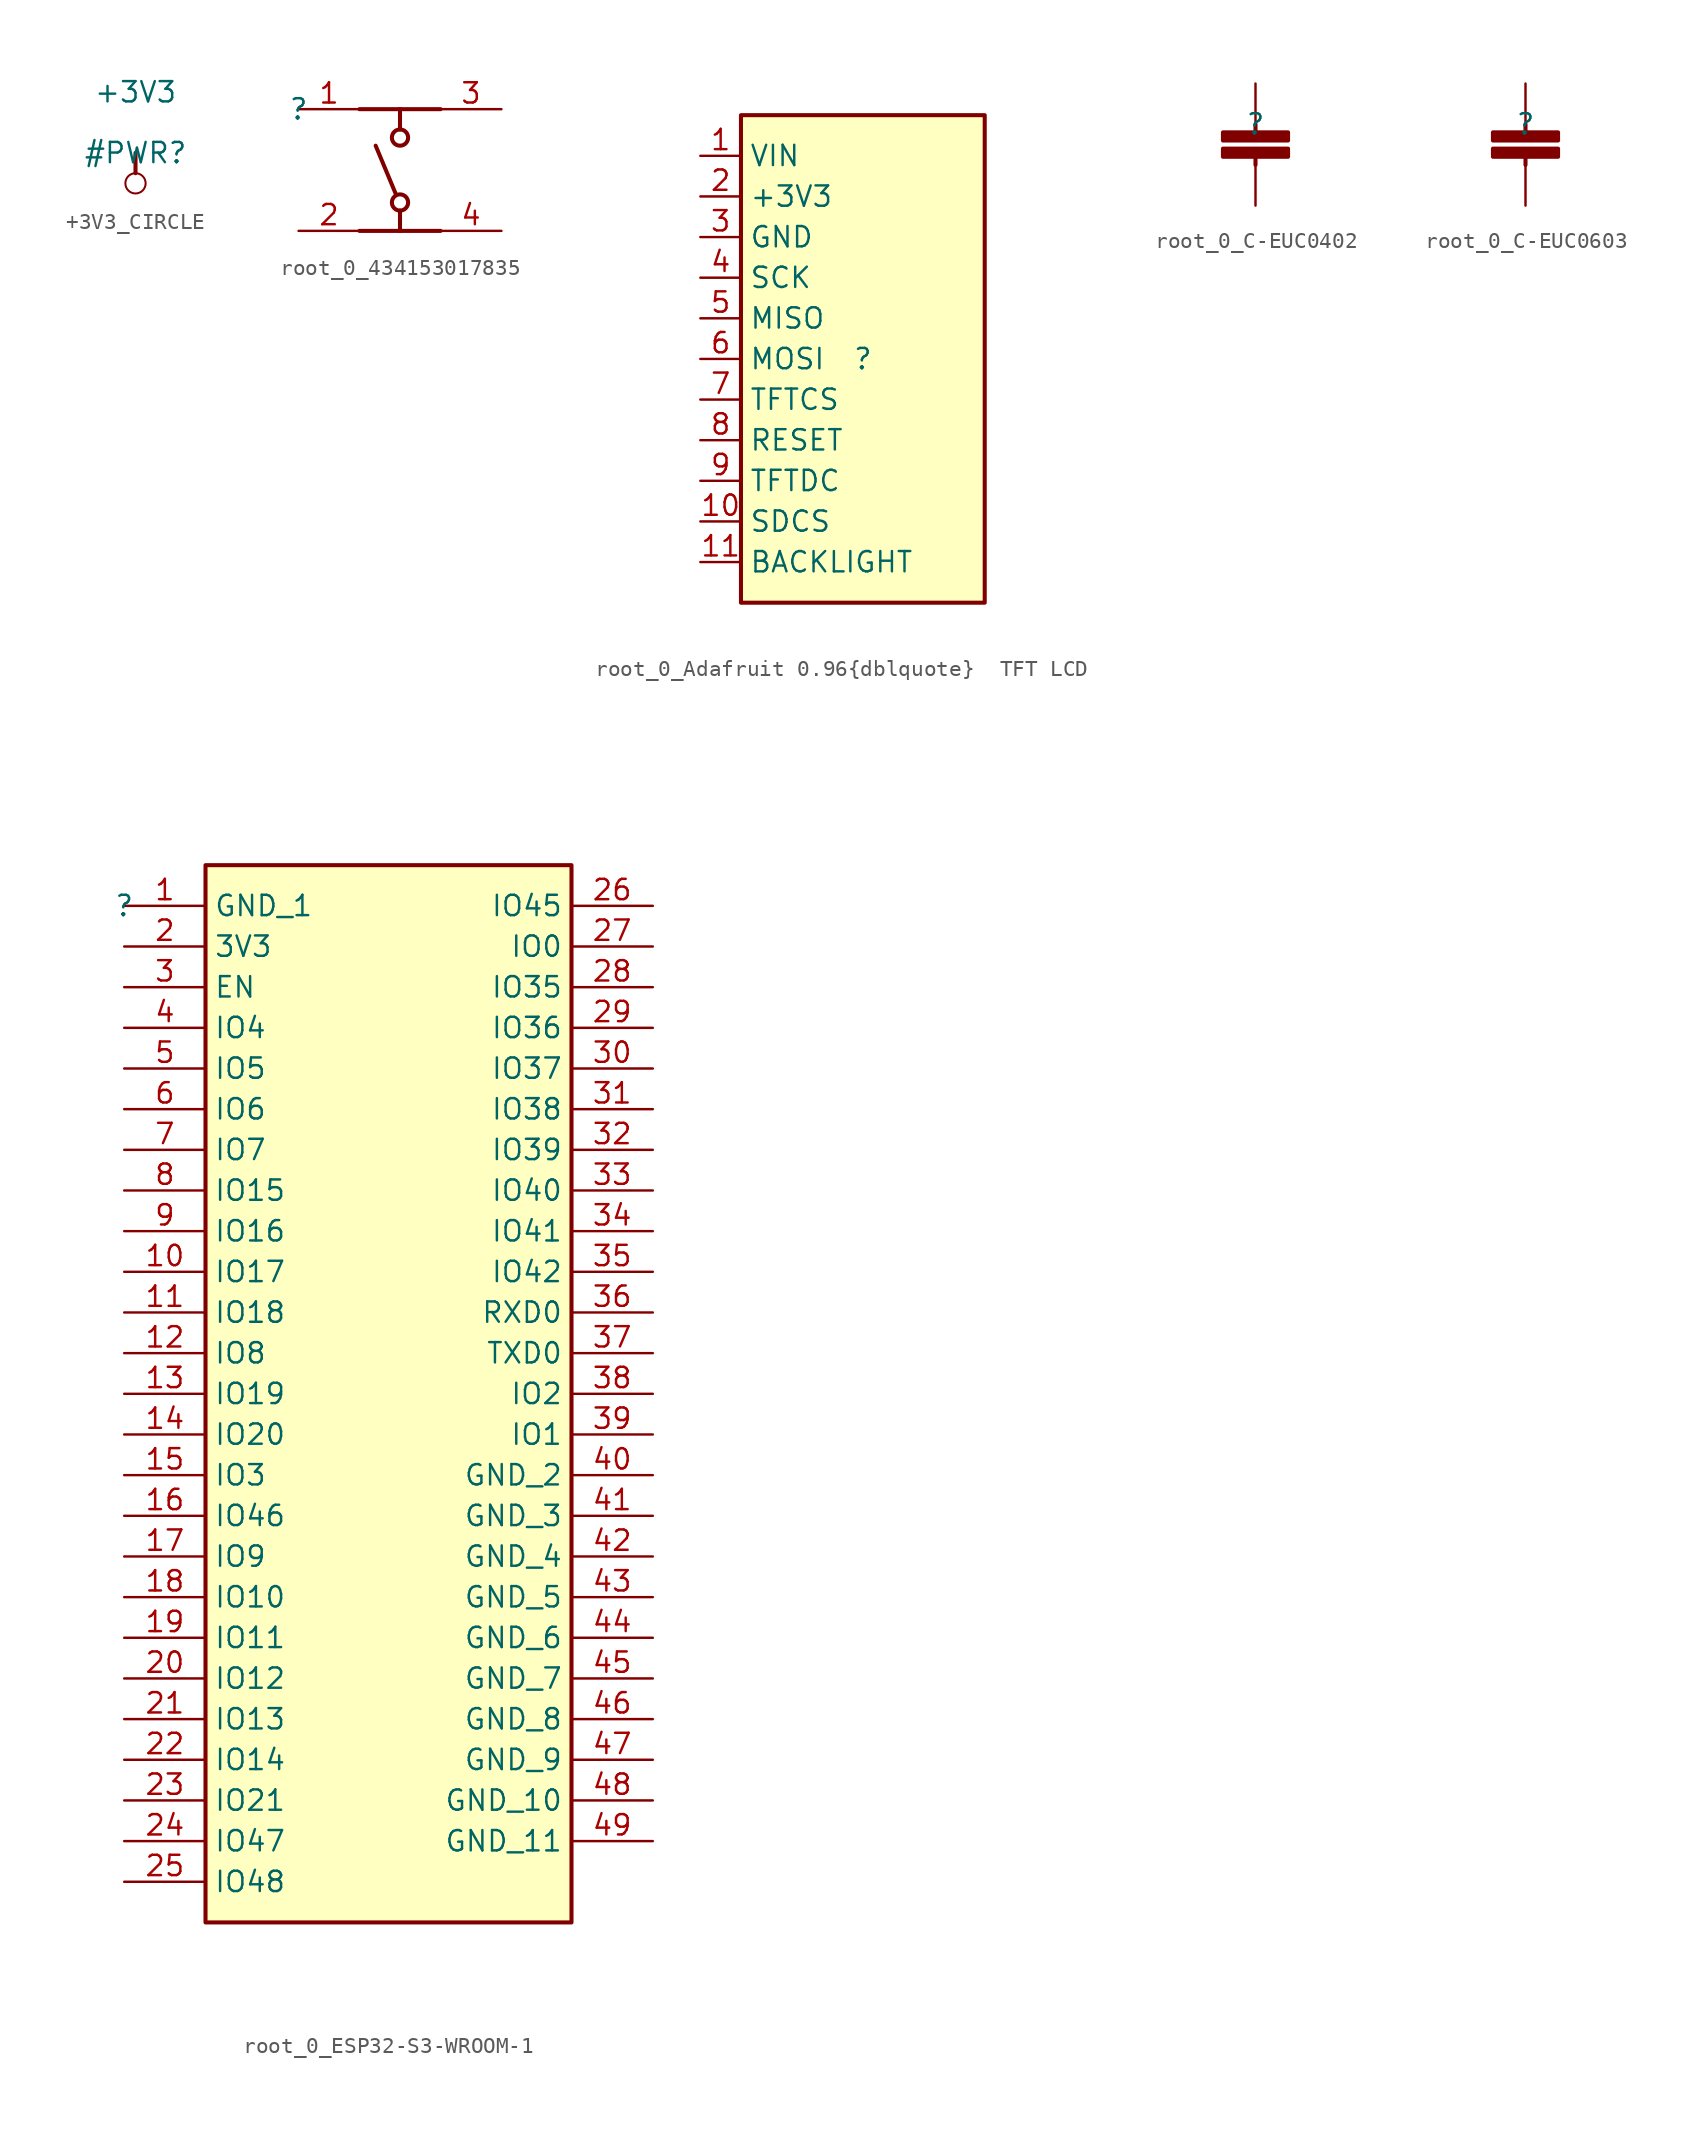
<source format=kicad_sym>
(kicad_symbol_lib
  (version 20231120)
  (generator "kicad_symbol_editor")
  (generator_version "8.0")
  (symbol "+3V3_CIRCLE"
    (power)
    (property "Reference" "#PWR"
      (at 0 0 0)
      (effects (font (size 1.27 1.27))))
    (property "Value" "+3V3"
      (at 0 3.81 0)
      (effects (font (size 1.27 1.27))))
    (symbol "+3V3_CIRCLE_0_0"
      (circle (center 0 -1.905) (radius 0.635) (stroke (width 0.127) (type solid)) (fill (type none)))
      (polyline (pts (xy 0 0) (xy 0 -1.27)) (stroke (width 0.254) (type solid)) (fill (type none)))
      (pin power_in line (at 0 0 0) (length 0) hide (name "+3V3" (effects (font (size 1.27 1.27)))) (number "" (effects (font (size 1.27 1.27)))))))
  (symbol "root_0_434153017835"
    (property "Reference" ""
      (at 0 0 0)
      (effects (font (size 1.27 1.27))))
    (property "Value" ""
      (at 0 0 0)
      (effects (font (size 1.27 1.27))))
    (symbol "root_0_434153017835_1_0"
      (polyline (pts (xy 3.81 0) (xy 8.89 0)) (stroke (width 0.254) (type solid) (color 128 0 0 1)) (fill (type none)))
      (polyline (pts (xy 6.096 -5.334) (xy 4.826 -2.286)) (stroke (width 0.254) (type solid) (color 128 0 0 1)) (fill (type none)))
      (polyline (pts (xy 6.35 -7.62) (xy 6.35 -6.35)) (stroke (width 0.254) (type solid) (color 128 0 0 1)) (fill (type none)))
      (polyline (pts (xy 6.35 0) (xy 6.35 -1.27)) (stroke (width 0.254) (type solid) (color 128 0 0 1)) (fill (type none)))
      (polyline (pts (xy 8.89 -7.62) (xy 3.81 -7.62)) (stroke (width 0.254) (type solid) (color 128 0 0 1)) (fill (type none)))
      (circle (center 6.35 -5.842) (radius 0.508) (stroke (width 0.254) (type solid) (color 128 0 0 1)) (fill (type none)))
      (circle (center 6.35 -1.778) (radius 0.508) (stroke (width 0.254) (type solid) (color 128 0 0 1)) (fill (type none)))
      (pin passive line (at 0 0 0) (length 3.81) (name "1" (effects (font (size 0 0)))) (number "1" (effects (font (size 1.27 1.27)))))
      (pin passive line (at 0 -7.62 0) (length 3.81) (name "2" (effects (font (size 0 0)))) (number "2" (effects (font (size 1.27 1.27)))))
      (pin passive line (at 12.7 0 180) (length 3.81) (name "3" (effects (font (size 0 0)))) (number "3" (effects (font (size 1.27 1.27)))))
      (pin passive line (at 12.7 -7.62 180) (length 3.81) (name "4" (effects (font (size 0 0)))) (number "4" (effects (font (size 1.27 1.27)))))))
  (symbol "root_0_Adafruit 0.96{dblquote}  TFT LCD"
    (property "Reference" ""
      (at 0 0 0)
      (effects (font (size 1.27 1.27))))
    (property "Value" ""
      (at 0 0 0)
      (effects (font (size 1.27 1.27))))
    (symbol "root_0_Adafruit 0.96{dblquote}  TFT LCD_1_0"
      (rectangle (start 7.62 15.24) (end -7.62 -15.24) (stroke (width 0.254) (type solid) (color 128 0 0 1)) (fill (type background)))
      (pin power_in line (at -10.16 12.7 0) (length 2.54) (name "VIN" (effects (font (size 1.27 1.27)))) (number "1" (effects (font (size 1.27 1.27)))))
      (pin passive line (at -10.16 -10.16 0) (length 2.54) (name "SDCS" (effects (font (size 1.27 1.27)))) (number "10" (effects (font (size 1.27 1.27)))))
      (pin passive line (at -10.16 -12.7 0) (length 2.54) (name "BACKLIGHT" (effects (font (size 1.27 1.27)))) (number "11" (effects (font (size 1.27 1.27)))))
      (pin power_in line (at -10.16 10.16 0) (length 2.54) (name "+3V3" (effects (font (size 1.27 1.27)))) (number "2" (effects (font (size 1.27 1.27)))))
      (pin passive line (at -10.16 7.62 0) (length 2.54) (name "GND" (effects (font (size 1.27 1.27)))) (number "3" (effects (font (size 1.27 1.27)))))
      (pin passive line (at -10.16 5.08 0) (length 2.54) (name "SCK" (effects (font (size 1.27 1.27)))) (number "4" (effects (font (size 1.27 1.27)))))
      (pin passive line (at -10.16 2.54 0) (length 2.54) (name "MISO" (effects (font (size 1.27 1.27)))) (number "5" (effects (font (size 1.27 1.27)))))
      (pin passive line (at -10.16 0 0) (length 2.54) (name "MOSI" (effects (font (size 1.27 1.27)))) (number "6" (effects (font (size 1.27 1.27)))))
      (pin passive line (at -10.16 -2.54 0) (length 2.54) (name "TFTCS" (effects (font (size 1.27 1.27)))) (number "7" (effects (font (size 1.27 1.27)))))
      (pin passive line (at -10.16 -5.08 0) (length 2.54) (name "RESET" (effects (font (size 1.27 1.27)))) (number "8" (effects (font (size 1.27 1.27)))))
      (pin passive line (at -10.16 -7.62 0) (length 2.54) (name "TFTDC" (effects (font (size 1.27 1.27)))) (number "9" (effects (font (size 1.27 1.27)))))))
  (symbol "root_0_C-EUC0402"
    (property "Reference" ""
      (at 0 0 0)
      (effects (font (size 1.27 1.27))))
    (property "Value" ""
      (at 0 0 0)
      (effects (font (size 1.27 1.27))))
    (symbol "root_0_C-EUC0402_1_0"
      (polyline (pts (xy 0 -2.032) (xy 0 -2.54)) (stroke (width 0.254) (type solid) (color 128 0 0 1)) (fill (type none)))
      (polyline (pts (xy 0 -0.508) (xy 0 0)) (stroke (width 0.254) (type solid) (color 128 0 0 1)) (fill (type none)))
      (rectangle (start 2.032 -1.524) (end -2.032 -2.032) (stroke (width 0.254) (type solid) (color 128 0 0 1)) (fill (type outline)))
      (rectangle (start 2.032 -0.508) (end -2.032 -1.016) (stroke (width 0.254) (type solid) (color 128 0 0 1)) (fill (type outline)))
      (pin passive line (at 0 2.54 270) (length 2.54) (name "1" (effects (font (size 0 0)))) (number "1" (effects (font (size 0 0)))))
      (pin passive line (at 0 -5.08 90) (length 2.54) (name "2" (effects (font (size 0 0)))) (number "2" (effects (font (size 0 0)))))))
  (symbol "root_0_C-EUC0603"
    (property "Reference" ""
      (at 0 0 0)
      (effects (font (size 1.27 1.27))))
    (property "Value" ""
      (at 0 0 0)
      (effects (font (size 1.27 1.27))))
    (symbol "root_0_C-EUC0603_1_0"
      (polyline (pts (xy 0 -2.032) (xy 0 -2.54)) (stroke (width 0.254) (type solid) (color 128 0 0 1)) (fill (type none)))
      (polyline (pts (xy 0 -0.508) (xy 0 0)) (stroke (width 0.254) (type solid) (color 128 0 0 1)) (fill (type none)))
      (rectangle (start 2.032 -1.524) (end -2.032 -2.032) (stroke (width 0.254) (type solid) (color 128 0 0 1)) (fill (type outline)))
      (rectangle (start 2.032 -0.508) (end -2.032 -1.016) (stroke (width 0.254) (type solid) (color 128 0 0 1)) (fill (type outline)))
      (pin passive line (at 0 2.54 270) (length 2.54) (name "1" (effects (font (size 0 0)))) (number "1" (effects (font (size 0 0)))))
      (pin passive line (at 0 -5.08 90) (length 2.54) (name "2" (effects (font (size 0 0)))) (number "2" (effects (font (size 0 0)))))))
  (symbol "root_0_ESP32-S3-WROOM-1"
    (property "Reference" ""
      (at 0 0 0)
      (effects (font (size 1.27 1.27))))
    (property "Value" ""
      (at 0 0 0)
      (effects (font (size 1.27 1.27))))
    (symbol "root_0_ESP32-S3-WROOM-1_1_0"
      (rectangle (start 27.94 2.54) (end 5.08 -63.5) (stroke (width 0.254) (type solid) (color 128 0 0 1)) (fill (type background)))
      (pin passive line (at 0 0 0) (length 5.08) (name "GND_1" (effects (font (size 1.27 1.27)))) (number "1" (effects (font (size 1.27 1.27)))))
      (pin passive line (at 0 -22.86 0) (length 5.08) (name "IO17" (effects (font (size 1.27 1.27)))) (number "10" (effects (font (size 1.27 1.27)))))
      (pin passive line (at 0 -25.4 0) (length 5.08) (name "IO18" (effects (font (size 1.27 1.27)))) (number "11" (effects (font (size 1.27 1.27)))))
      (pin passive line (at 0 -27.94 0) (length 5.08) (name "IO8" (effects (font (size 1.27 1.27)))) (number "12" (effects (font (size 1.27 1.27)))))
      (pin passive line (at 0 -30.48 0) (length 5.08) (name "IO19" (effects (font (size 1.27 1.27)))) (number "13" (effects (font (size 1.27 1.27)))))
      (pin passive line (at 0 -33.02 0) (length 5.08) (name "IO20" (effects (font (size 1.27 1.27)))) (number "14" (effects (font (size 1.27 1.27)))))
      (pin passive line (at 0 -35.56 0) (length 5.08) (name "IO3" (effects (font (size 1.27 1.27)))) (number "15" (effects (font (size 1.27 1.27)))))
      (pin passive line (at 0 -38.1 0) (length 5.08) (name "IO46" (effects (font (size 1.27 1.27)))) (number "16" (effects (font (size 1.27 1.27)))))
      (pin passive line (at 0 -40.64 0) (length 5.08) (name "IO9" (effects (font (size 1.27 1.27)))) (number "17" (effects (font (size 1.27 1.27)))))
      (pin passive line (at 0 -43.18 0) (length 5.08) (name "IO10" (effects (font (size 1.27 1.27)))) (number "18" (effects (font (size 1.27 1.27)))))
      (pin passive line (at 0 -45.72 0) (length 5.08) (name "IO11" (effects (font (size 1.27 1.27)))) (number "19" (effects (font (size 1.27 1.27)))))
      (pin passive line (at 0 -2.54 0) (length 5.08) (name "3V3" (effects (font (size 1.27 1.27)))) (number "2" (effects (font (size 1.27 1.27)))))
      (pin passive line (at 0 -48.26 0) (length 5.08) (name "IO12" (effects (font (size 1.27 1.27)))) (number "20" (effects (font (size 1.27 1.27)))))
      (pin passive line (at 0 -50.8 0) (length 5.08) (name "IO13" (effects (font (size 1.27 1.27)))) (number "21" (effects (font (size 1.27 1.27)))))
      (pin passive line (at 0 -53.34 0) (length 5.08) (name "IO14" (effects (font (size 1.27 1.27)))) (number "22" (effects (font (size 1.27 1.27)))))
      (pin passive line (at 0 -55.88 0) (length 5.08) (name "IO21" (effects (font (size 1.27 1.27)))) (number "23" (effects (font (size 1.27 1.27)))))
      (pin passive line (at 0 -58.42 0) (length 5.08) (name "IO47" (effects (font (size 1.27 1.27)))) (number "24" (effects (font (size 1.27 1.27)))))
      (pin passive line (at 0 -60.96 0) (length 5.08) (name "IO48" (effects (font (size 1.27 1.27)))) (number "25" (effects (font (size 1.27 1.27)))))
      (pin passive line (at 33.02 0 180) (length 5.08) (name "IO45" (effects (font (size 1.27 1.27)))) (number "26" (effects (font (size 1.27 1.27)))))
      (pin passive line (at 33.02 -2.54 180) (length 5.08) (name "IO0" (effects (font (size 1.27 1.27)))) (number "27" (effects (font (size 1.27 1.27)))))
      (pin passive line (at 33.02 -5.08 180) (length 5.08) (name "IO35" (effects (font (size 1.27 1.27)))) (number "28" (effects (font (size 1.27 1.27)))))
      (pin passive line (at 33.02 -7.62 180) (length 5.08) (name "IO36" (effects (font (size 1.27 1.27)))) (number "29" (effects (font (size 1.27 1.27)))))
      (pin passive line (at 0 -5.08 0) (length 5.08) (name "EN" (effects (font (size 1.27 1.27)))) (number "3" (effects (font (size 1.27 1.27)))))
      (pin passive line (at 33.02 -10.16 180) (length 5.08) (name "IO37" (effects (font (size 1.27 1.27)))) (number "30" (effects (font (size 1.27 1.27)))))
      (pin passive line (at 33.02 -12.7 180) (length 5.08) (name "IO38" (effects (font (size 1.27 1.27)))) (number "31" (effects (font (size 1.27 1.27)))))
      (pin passive line (at 33.02 -15.24 180) (length 5.08) (name "IO39" (effects (font (size 1.27 1.27)))) (number "32" (effects (font (size 1.27 1.27)))))
      (pin passive line (at 33.02 -17.78 180) (length 5.08) (name "IO40" (effects (font (size 1.27 1.27)))) (number "33" (effects (font (size 1.27 1.27)))))
      (pin passive line (at 33.02 -20.32 180) (length 5.08) (name "IO41" (effects (font (size 1.27 1.27)))) (number "34" (effects (font (size 1.27 1.27)))))
      (pin passive line (at 33.02 -22.86 180) (length 5.08) (name "IO42" (effects (font (size 1.27 1.27)))) (number "35" (effects (font (size 1.27 1.27)))))
      (pin passive line (at 33.02 -25.4 180) (length 5.08) (name "RXD0" (effects (font (size 1.27 1.27)))) (number "36" (effects (font (size 1.27 1.27)))))
      (pin passive line (at 33.02 -27.94 180) (length 5.08) (name "TXD0" (effects (font (size 1.27 1.27)))) (number "37" (effects (font (size 1.27 1.27)))))
      (pin passive line (at 33.02 -30.48 180) (length 5.08) (name "IO2" (effects (font (size 1.27 1.27)))) (number "38" (effects (font (size 1.27 1.27)))))
      (pin passive line (at 33.02 -33.02 180) (length 5.08) (name "IO1" (effects (font (size 1.27 1.27)))) (number "39" (effects (font (size 1.27 1.27)))))
      (pin passive line (at 0 -7.62 0) (length 5.08) (name "IO4" (effects (font (size 1.27 1.27)))) (number "4" (effects (font (size 1.27 1.27)))))
      (pin passive line (at 33.02 -35.56 180) (length 5.08) (name "GND_2" (effects (font (size 1.27 1.27)))) (number "40" (effects (font (size 1.27 1.27)))))
      (pin passive line (at 33.02 -38.1 180) (length 5.08) (name "GND_3" (effects (font (size 1.27 1.27)))) (number "41" (effects (font (size 1.27 1.27)))))
      (pin passive line (at 33.02 -40.64 180) (length 5.08) (name "GND_4" (effects (font (size 1.27 1.27)))) (number "42" (effects (font (size 1.27 1.27)))))
      (pin passive line (at 33.02 -43.18 180) (length 5.08) (name "GND_5" (effects (font (size 1.27 1.27)))) (number "43" (effects (font (size 1.27 1.27)))))
      (pin passive line (at 33.02 -45.72 180) (length 5.08) (name "GND_6" (effects (font (size 1.27 1.27)))) (number "44" (effects (font (size 1.27 1.27)))))
      (pin passive line (at 33.02 -48.26 180) (length 5.08) (name "GND_7" (effects (font (size 1.27 1.27)))) (number "45" (effects (font (size 1.27 1.27)))))
      (pin passive line (at 33.02 -50.8 180) (length 5.08) (name "GND_8" (effects (font (size 1.27 1.27)))) (number "46" (effects (font (size 1.27 1.27)))))
      (pin passive line (at 33.02 -53.34 180) (length 5.08) (name "GND_9" (effects (font (size 1.27 1.27)))) (number "47" (effects (font (size 1.27 1.27)))))
      (pin passive line (at 33.02 -55.88 180) (length 5.08) (name "GND_10" (effects (font (size 1.27 1.27)))) (number "48" (effects (font (size 1.27 1.27)))))
      (pin passive line (at 33.02 -58.42 180) (length 5.08) (name "GND_11" (effects (font (size 1.27 1.27)))) (number "49" (effects (font (size 1.27 1.27)))))
      (pin passive line (at 0 -10.16 0) (length 5.08) (name "IO5" (effects (font (size 1.27 1.27)))) (number "5" (effects (font (size 1.27 1.27)))))
      (pin passive line (at 0 -12.7 0) (length 5.08) (name "IO6" (effects (font (size 1.27 1.27)))) (number "6" (effects (font (size 1.27 1.27)))))
      (pin passive line (at 0 -15.24 0) (length 5.08) (name "IO7" (effects (font (size 1.27 1.27)))) (number "7" (effects (font (size 1.27 1.27)))))
      (pin passive line (at 0 -17.78 0) (length 5.08) (name "IO15" (effects (font (size 1.27 1.27)))) (number "8" (effects (font (size 1.27 1.27)))))
      (pin passive line (at 0 -20.32 0) (length 5.08) (name "IO16" (effects (font (size 1.27 1.27)))) (number "9" (effects (font (size 1.27 1.27))))))))
</source>
